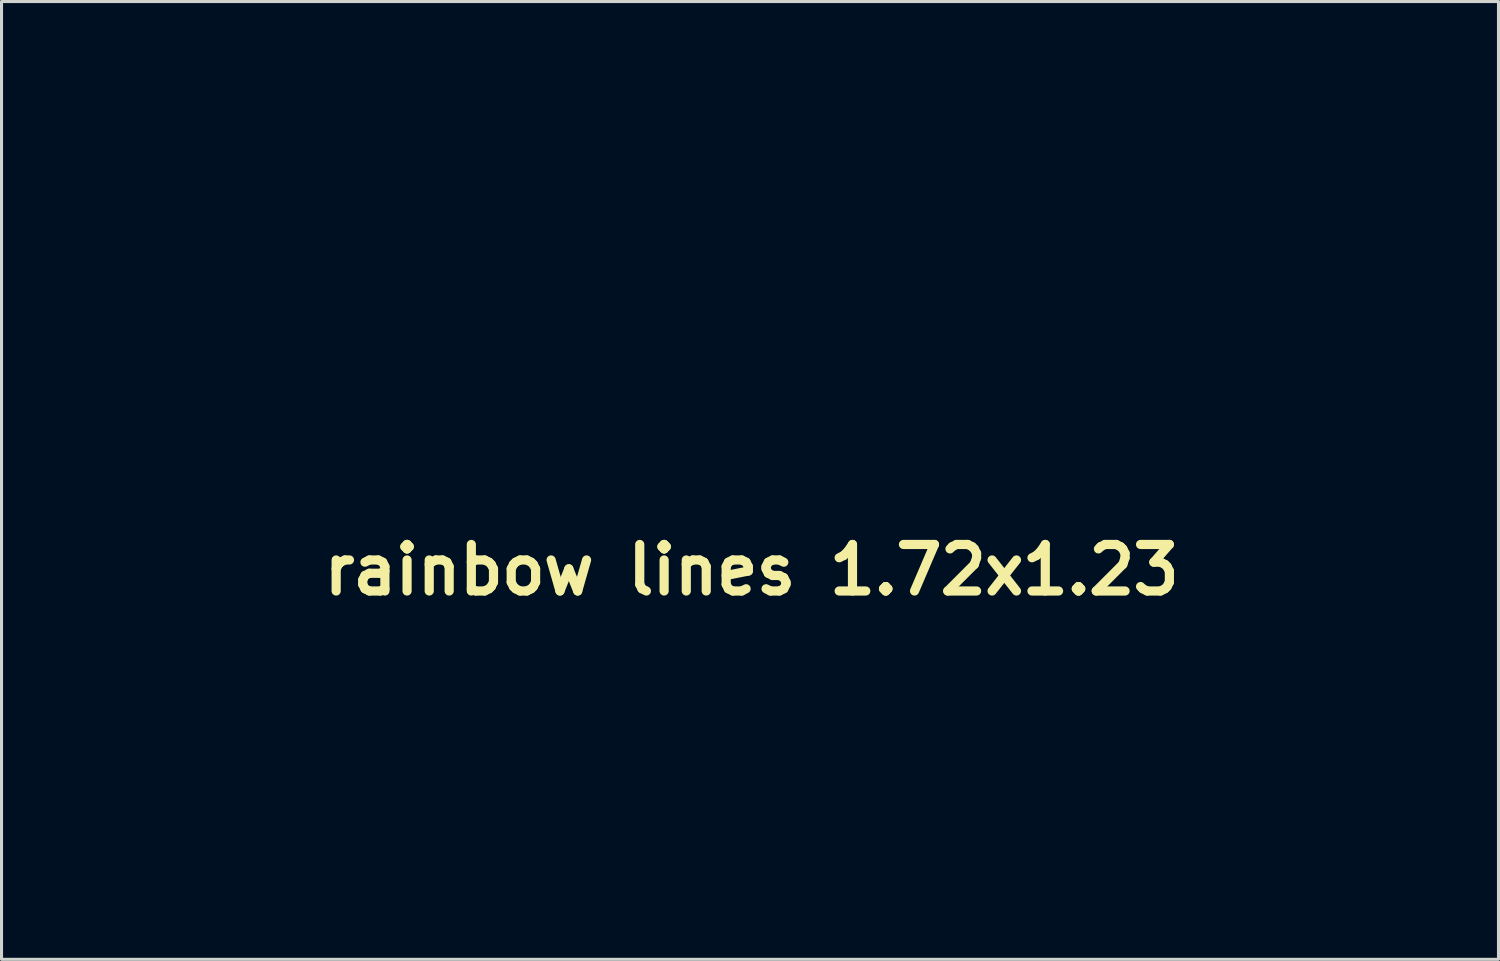
<source format=kicad_pcb>
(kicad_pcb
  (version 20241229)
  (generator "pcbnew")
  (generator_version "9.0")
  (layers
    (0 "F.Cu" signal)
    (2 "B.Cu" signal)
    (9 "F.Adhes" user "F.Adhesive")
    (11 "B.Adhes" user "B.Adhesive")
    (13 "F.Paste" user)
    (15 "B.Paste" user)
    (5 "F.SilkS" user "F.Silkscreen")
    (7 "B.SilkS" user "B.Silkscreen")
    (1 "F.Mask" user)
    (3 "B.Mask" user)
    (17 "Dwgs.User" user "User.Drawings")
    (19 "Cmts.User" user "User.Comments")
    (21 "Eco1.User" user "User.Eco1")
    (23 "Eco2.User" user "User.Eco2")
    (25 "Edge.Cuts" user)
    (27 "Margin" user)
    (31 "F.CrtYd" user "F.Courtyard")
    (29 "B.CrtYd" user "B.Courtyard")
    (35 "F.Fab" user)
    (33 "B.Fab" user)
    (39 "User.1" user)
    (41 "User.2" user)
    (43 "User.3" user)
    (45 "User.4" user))
  (footprint "rainbow lines 1.72x1.23"
    (layer "F.Cu")
    (at 21.566 15.615)
    (property "Reference" "rainbow lines 1.72x1.23" (at 0 0 0) (layer "F.SilkS") (effects (font (size 1.524 1.524) (thickness 0.3))))
    (attr board_only exclude_from_pos_files exclude_from_bom)
    (fp_poly (pts (xy 0.238 3.56) (xy 0.727 3.612) (xy 1.215 3.708) (xy 1.704 3.85) (xy 2.192 4.037) (xy 2.679 4.269) (xy 3.166 4.546) (xy 3.651 4.868) (xy 4.134 5.234) (xy 4.306 5.375) (xy 4.424 5.477) (xy 4.558 5.597) (xy 4.703 5.73) (xy 4.855 5.873) (xy 5.011 6.022) (xy 5.164 6.171) (xy 5.312 6.317) (xy 5.449 6.455) (xy 5.571 6.581) (xy 5.674 6.691) (xy 5.754 6.78) (xy 5.806 6.845) (xy 5.811 6.852) (xy 5.855 6.916) (xy 5.803 6.952) (xy 5.76 6.989) (xy 5.702 7.044) (xy 5.658 7.089) (xy 5.59 7.153) (xy 5.516 7.208) (xy 5.473 7.232) (xy 5.411 7.274) (xy 5.325 7.351) (xy 5.216 7.461) (xy 5.141 7.543) (xy 5.002 7.697) (xy 4.891 7.822) (xy 4.804 7.922) (xy 4.738 8) (xy 4.69 8.059) (xy 4.657 8.105) (xy 4.637 8.14) (xy 4.625 8.167) (xy 4.623 8.176) (xy 4.596 8.242) (xy 4.557 8.3) (xy 4.524 8.342) (xy 4.475 8.411) (xy 4.417 8.498) (xy 4.367 8.575) (xy 4.289 8.705) (xy 4.236 8.812) (xy 4.204 8.905) (xy 4.199 8.927) (xy 4.176 9.01) (xy 4.148 9.082) (xy 4.129 9.116) (xy 4.099 9.171) (xy 4.087 9.218) (xy 4.081 9.259) (xy 4.067 9.333) (xy 4.046 9.428) (xy 4.026 9.509) (xy 3.966 9.752) (xy 3.772 9.486) (xy 3.58 9.231) (xy 3.37 8.961) (xy 3.153 8.691) (xy 2.938 8.436) (xy 2.777 8.251) (xy 2.441 7.887) (xy 2.115 7.567) (xy 1.797 7.288) (xy 1.486 7.049) (xy 1.18 6.849) (xy 0.878 6.687) (xy 0.576 6.561) (xy 0.275 6.472) (xy 0.207 6.456) (xy 0.094 6.44) (xy -0.049 6.431) (xy -0.206 6.429) (xy -0.365 6.435) (xy -0.512 6.448) (xy -0.633 6.467) (xy -0.638 6.468) (xy -0.945 6.558) (xy -1.26 6.69) (xy -1.577 6.864) (xy -1.895 7.077) (xy -2.211 7.326) (xy -2.316 7.419) (xy -2.51 7.602) (xy -2.722 7.815) (xy -2.944 8.051) (xy -3.17 8.302) (xy -3.392 8.56) (xy -3.605 8.817) (xy -3.8 9.066) (xy -3.969 9.295) (xy -4.025 9.369) (xy -4.061 9.406) (xy -4.081 9.407) (xy -4.088 9.375) (xy -4.088 9.369) (xy -4.096 9.329) (xy -4.116 9.258) (xy -4.146 9.169) (xy -4.166 9.113) (xy -4.203 9.01) (xy -4.235 8.912) (xy -4.259 8.834) (xy -4.266 8.808) (xy -4.298 8.724) (xy -4.341 8.676) (xy -4.375 8.644) (xy -4.383 8.62) (xy -4.388 8.592) (xy -4.406 8.571) (xy -4.433 8.536) (xy -4.47 8.474) (xy -4.505 8.406) (xy -4.555 8.31) (xy -4.615 8.205) (xy -4.652 8.144) (xy -4.711 8.051) (xy -4.775 7.95) (xy -4.812 7.891) (xy -4.886 7.786) (xy -4.986 7.667) (xy -5.101 7.543) (xy -5.189 7.457) (xy -5.244 7.4) (xy -5.3 7.332) (xy -5.311 7.318) (xy -5.372 7.254) (xy -5.453 7.198) (xy -5.479 7.184) (xy -5.539 7.153) (xy -5.579 7.129) (xy -5.589 7.118) (xy -5.605 7.099) (xy -5.648 7.063) (xy -5.709 7.016) (xy -5.711 7.014) (xy -5.773 6.97) (xy -5.822 6.935) (xy -5.858 6.905) (xy -5.878 6.876) (xy -5.88 6.843) (xy -5.863 6.803) (xy -5.825 6.75) (xy -5.765 6.681) (xy -5.68 6.591) (xy -5.568 6.476) (xy -5.437 6.339) (xy -5.067 5.965) (xy -4.711 5.627) (xy -4.366 5.322) (xy -4.026 5.048) (xy -3.686 4.799) (xy -3.343 4.573) (xy -2.99 4.366) (xy -2.675 4.199) (xy -2.193 3.979) (xy -1.709 3.804) (xy -1.224 3.675) (xy -0.737 3.592) (xy -0.25 3.553)) (stroke (width 0) (type solid)) (fill yes) (layer "F.Mask"))
    (fp_poly (pts (xy 0.287 -15.61) (xy 0.823 -15.588) (xy 1.368 -15.548) (xy 1.912 -15.492) (xy 2.443 -15.42) (xy 2.679 -15.382) (xy 3.54 -15.213) (xy 4.391 -15) (xy 5.231 -14.743) (xy 6.06 -14.444) (xy 6.877 -14.102) (xy 7.682 -13.719) (xy 8.472 -13.294) (xy 9.249 -12.829) (xy 10.01 -12.323) (xy 10.756 -11.777) (xy 11.485 -11.193) (xy 12.198 -10.569) (xy 12.892 -9.908) (xy 13.568 -9.209) (xy 14.224 -8.472) (xy 14.861 -7.7) (xy 15.476 -6.891) (xy 16.07 -6.047) (xy 16.56 -5.298) (xy 17.142 -4.338) (xy 17.697 -3.343) (xy 18.223 -2.316) (xy 18.72 -1.256) (xy 19.187 -0.164) (xy 19.625 0.958) (xy 20.034 2.11) (xy 20.412 3.29) (xy 20.759 4.499) (xy 21.076 5.735) (xy 21.355 6.967) (xy 21.386 7.114) (xy 21.413 7.246) (xy 21.434 7.356) (xy 21.45 7.438) (xy 21.458 7.485) (xy 21.458 7.495) (xy 21.438 7.485) (xy 21.389 7.447) (xy 21.314 7.382) (xy 21.216 7.294) (xy 21.099 7.186) (xy 21.037 7.128) (xy 20.905 7.011) (xy 20.792 6.931) (xy 20.719 6.892) (xy 20.635 6.85) (xy 20.591 6.81) (xy 20.583 6.791) (xy 20.29 5.553) (xy 19.968 4.345) (xy 19.618 3.167) (xy 19.239 2.02) (xy 18.833 0.904) (xy 18.399 -0.18) (xy 17.937 -1.233) (xy 17.448 -2.253) (xy 16.932 -3.239) (xy 16.389 -4.192) (xy 15.819 -5.11) (xy 15.224 -5.994) (xy 14.602 -6.842) (xy 13.955 -7.655) (xy 13.282 -8.431) (xy 12.843 -8.905) (xy 12.511 -9.247) (xy 12.197 -9.56) (xy 11.891 -9.852) (xy 11.586 -10.132) (xy 11.273 -10.406) (xy 10.943 -10.683) (xy 10.754 -10.836) (xy 10.013 -11.408) (xy 9.26 -11.936) (xy 8.494 -12.421) (xy 7.717 -12.862) (xy 6.928 -13.26) (xy 6.128 -13.614) (xy 5.316 -13.925) (xy 4.494 -14.192) (xy 3.661 -14.415) (xy 2.818 -14.593) (xy 1.965 -14.728) (xy 1.102 -14.818) (xy 0.826 -14.838) (xy 0.365 -14.86) (xy -0.081 -14.867) (xy -0.525 -14.86) (xy -0.978 -14.837) (xy -1.454 -14.798) (xy -1.653 -14.779) (xy -2.494 -14.668) (xy -3.326 -14.513) (xy -4.15 -14.315) (xy -4.964 -14.073) (xy -5.767 -13.788) (xy -6.559 -13.462) (xy -7.339 -13.093) (xy -8.106 -12.683) (xy -8.86 -12.233) (xy -9.6 -11.742) (xy -10.325 -11.211) (xy -11.035 -10.641) (xy -11.728 -10.032) (xy -12.405 -9.385) (xy -13.064 -8.701) (xy -13.704 -7.979) (xy -14.325 -7.22) (xy -14.927 -6.425) (xy -15.507 -5.594) (xy -16.067 -4.728) (xy -16.09 -4.69) (xy -16.657 -3.737) (xy -17.196 -2.751) (xy -17.708 -1.734) (xy -18.193 -0.684) (xy -18.651 0.4) (xy -19.082 1.517) (xy -19.487 2.669) (xy -19.866 3.856) (xy -20.219 5.079) (xy -20.531 6.279) (xy -20.67 6.839) (xy -20.782 6.9) (xy -20.882 6.965) (xy -21.009 7.065) (xy -21.16 7.2) (xy -21.337 7.368) (xy -21.395 7.424) (xy -21.468 7.495) (xy -21.524 7.544) (xy -21.558 7.566) (xy -21.566 7.561) (xy -21.557 7.526) (xy -21.541 7.454) (xy -21.518 7.352) (xy -21.489 7.226) (xy -21.458 7.085) (xy -21.442 7.015) (xy -21.292 6.364) (xy -21.124 5.685) (xy -20.941 4.993) (xy -20.748 4.299) (xy -20.546 3.615) (xy -20.354 2.999) (xy -19.973 1.863) (xy -19.567 0.756) (xy -19.135 -0.32) (xy -18.678 -1.365) (xy -18.197 -2.378) (xy -17.693 -3.359) (xy -17.165 -4.308) (xy -16.614 -5.223) (xy -16.041 -6.104) (xy -15.446 -6.95) (xy -14.829 -7.761) (xy -14.192 -8.536) (xy -13.534 -9.275) (xy -12.856 -9.976) (xy -12.159 -10.64) (xy -11.442 -11.266) (xy -10.707 -11.853) (xy -9.954 -12.4) (xy -9.183 -12.907) (xy -8.395 -13.374) (xy -7.591 -13.799) (xy -7.038 -14.062) (xy -6.234 -14.407) (xy -5.426 -14.707) (xy -4.611 -14.963) (xy -3.789 -15.177) (xy -2.954 -15.348) (xy -2.106 -15.478) (xy -1.241 -15.567) (xy -0.718 -15.601) (xy -0.23 -15.615)) (stroke (width 0) (type solid)) (fill yes) (layer "F.Mask"))
    (fp_poly (pts (xy 0.173 -7.65) (xy 0.386 -7.648) (xy 0.571 -7.644) (xy 0.737 -7.637) (xy 0.89 -7.627) (xy 1.039 -7.613) (xy 1.191 -7.594) (xy 1.355 -7.571) (xy 1.539 -7.541) (xy 1.707 -7.513) (xy 2.388 -7.372) (xy 3.063 -7.188) (xy 3.734 -6.958) (xy 4.398 -6.685) (xy 5.055 -6.368) (xy 5.706 -6.008) (xy 6.348 -5.605) (xy 6.983 -5.159) (xy 7.608 -4.672) (xy 8.225 -4.143) (xy 8.831 -3.573) (xy 9.427 -2.962) (xy 10.012 -2.311) (xy 10.586 -1.62) (xy 11.147 -0.889) (xy 11.696 -0.119) (xy 11.801 0.034) (xy 12.073 0.446) (xy 12.355 0.891) (xy 12.642 1.361) (xy 12.929 1.847) (xy 13.21 2.339) (xy 13.481 2.83) (xy 13.736 3.311) (xy 13.97 3.771) (xy 13.972 3.775) (xy 14 3.832) (xy 13.486 3.839) (xy 13.236 3.844) (xy 13.022 3.851) (xy 12.836 3.864) (xy 12.672 3.881) (xy 12.521 3.906) (xy 12.375 3.938) (xy 12.229 3.978) (xy 12.073 4.029) (xy 11.939 4.078) (xy 11.742 4.153) (xy 11.582 4.223) (xy 11.452 4.29) (xy 11.346 4.357) (xy 11.269 4.417) (xy 11.222 4.456) (xy 11.188 4.478) (xy 11.181 4.48) (xy 11.165 4.461) (xy 11.131 4.41) (xy 11.083 4.331) (xy 11.024 4.233) (xy 10.966 4.133) (xy 10.457 3.27) (xy 9.942 2.449) (xy 9.42 1.669) (xy 8.892 0.931) (xy 8.359 0.235) (xy 7.82 -0.418) (xy 7.277 -1.028) (xy 6.729 -1.596) (xy 6.176 -2.119) (xy 5.62 -2.599) (xy 5.059 -3.035) (xy 4.495 -3.426) (xy 3.928 -3.772) (xy 3.595 -3.954) (xy 3.095 -4.198) (xy 2.605 -4.404) (xy 2.117 -4.574) (xy 1.623 -4.711) (xy 1.114 -4.818) (xy 0.791 -4.869) (xy 0.588 -4.892) (xy 0.353 -4.908) (xy 0.099 -4.918) (xy -0.166 -4.922) (xy -0.428 -4.918) (xy -0.676 -4.909) (xy -0.9 -4.892) (xy -1 -4.881) (xy -1.571 -4.789) (xy -2.136 -4.656) (xy -2.696 -4.482) (xy -3.252 -4.265) (xy -3.806 -4.006) (xy -4.357 -3.705) (xy -4.908 -3.359) (xy -5.459 -2.97) (xy -6.01 -2.537) (xy -6.564 -2.058) (xy -6.611 -2.016) (xy -6.806 -1.833) (xy -7.022 -1.619) (xy -7.254 -1.382) (xy -7.496 -1.126) (xy -7.744 -0.857) (xy -7.991 -0.582) (xy -8.232 -0.305) (xy -8.463 -0.034) (xy -8.677 0.226) (xy -8.777 0.352) (xy -9.119 0.798) (xy -9.471 1.279) (xy -9.826 1.786) (xy -10.179 2.311) (xy -10.525 2.846) (xy -10.858 3.384) (xy -11.173 3.915) (xy -11.275 4.093) (xy -11.331 4.19) (xy -11.378 4.272) (xy -11.412 4.332) (xy -11.43 4.362) (xy -11.431 4.364) (xy -11.451 4.358) (xy -11.494 4.332) (xy -11.52 4.314) (xy -11.595 4.268) (xy -11.679 4.225) (xy -11.7 4.216) (xy -11.776 4.179) (xy -11.849 4.135) (xy -11.866 4.122) (xy -11.947 4.074) (xy -12.063 4.026) (xy -12.209 3.979) (xy -12.377 3.935) (xy -12.561 3.895) (xy -12.754 3.862) (xy -12.948 3.837) (xy -13.004 3.832) (xy -13.073 3.829) (xy -13.172 3.828) (xy -13.293 3.83) (xy -13.429 3.834) (xy -13.571 3.84) (xy -13.711 3.847) (xy -13.841 3.855) (xy -13.952 3.863) (xy -14.037 3.871) (xy -14.087 3.88) (xy -14.089 3.88) (xy -14.106 3.882) (xy -14.112 3.872) (xy -14.107 3.845) (xy -14.087 3.795) (xy -14.05 3.717) (xy -13.996 3.606) (xy -13.971 3.556) (xy -13.475 2.596) (xy -12.965 1.678) (xy -12.442 0.802) (xy -11.904 -0.032) (xy -11.351 -0.824) (xy -10.784 -1.575) (xy -10.201 -2.286) (xy -9.603 -2.957) (xy -8.989 -3.588) (xy -8.358 -4.181) (xy -8.13 -4.381) (xy -7.512 -4.892) (xy -6.882 -5.362) (xy -6.243 -5.789) (xy -5.594 -6.174) (xy -4.938 -6.516) (xy -4.274 -6.814) (xy -3.603 -7.069) (xy -2.927 -7.279) (xy -2.247 -7.445) (xy -1.827 -7.524) (xy -1.63 -7.556) (xy -1.455 -7.583) (xy -1.292 -7.604) (xy -1.136 -7.62) (xy -0.976 -7.632) (xy -0.807 -7.641) (xy -0.621 -7.646) (xy -0.408 -7.649) (xy -0.163 -7.651) (xy -0.076 -7.651)) (stroke (width 0) (type solid)) (fill yes) (layer "F.Mask")))
  (gr_rect
    (start -3 -3)
    (end 46.024 28.367)
    (stroke (width 0.1) (type default))
    (fill no)
    (layer "Edge.Cuts")))
</source>
